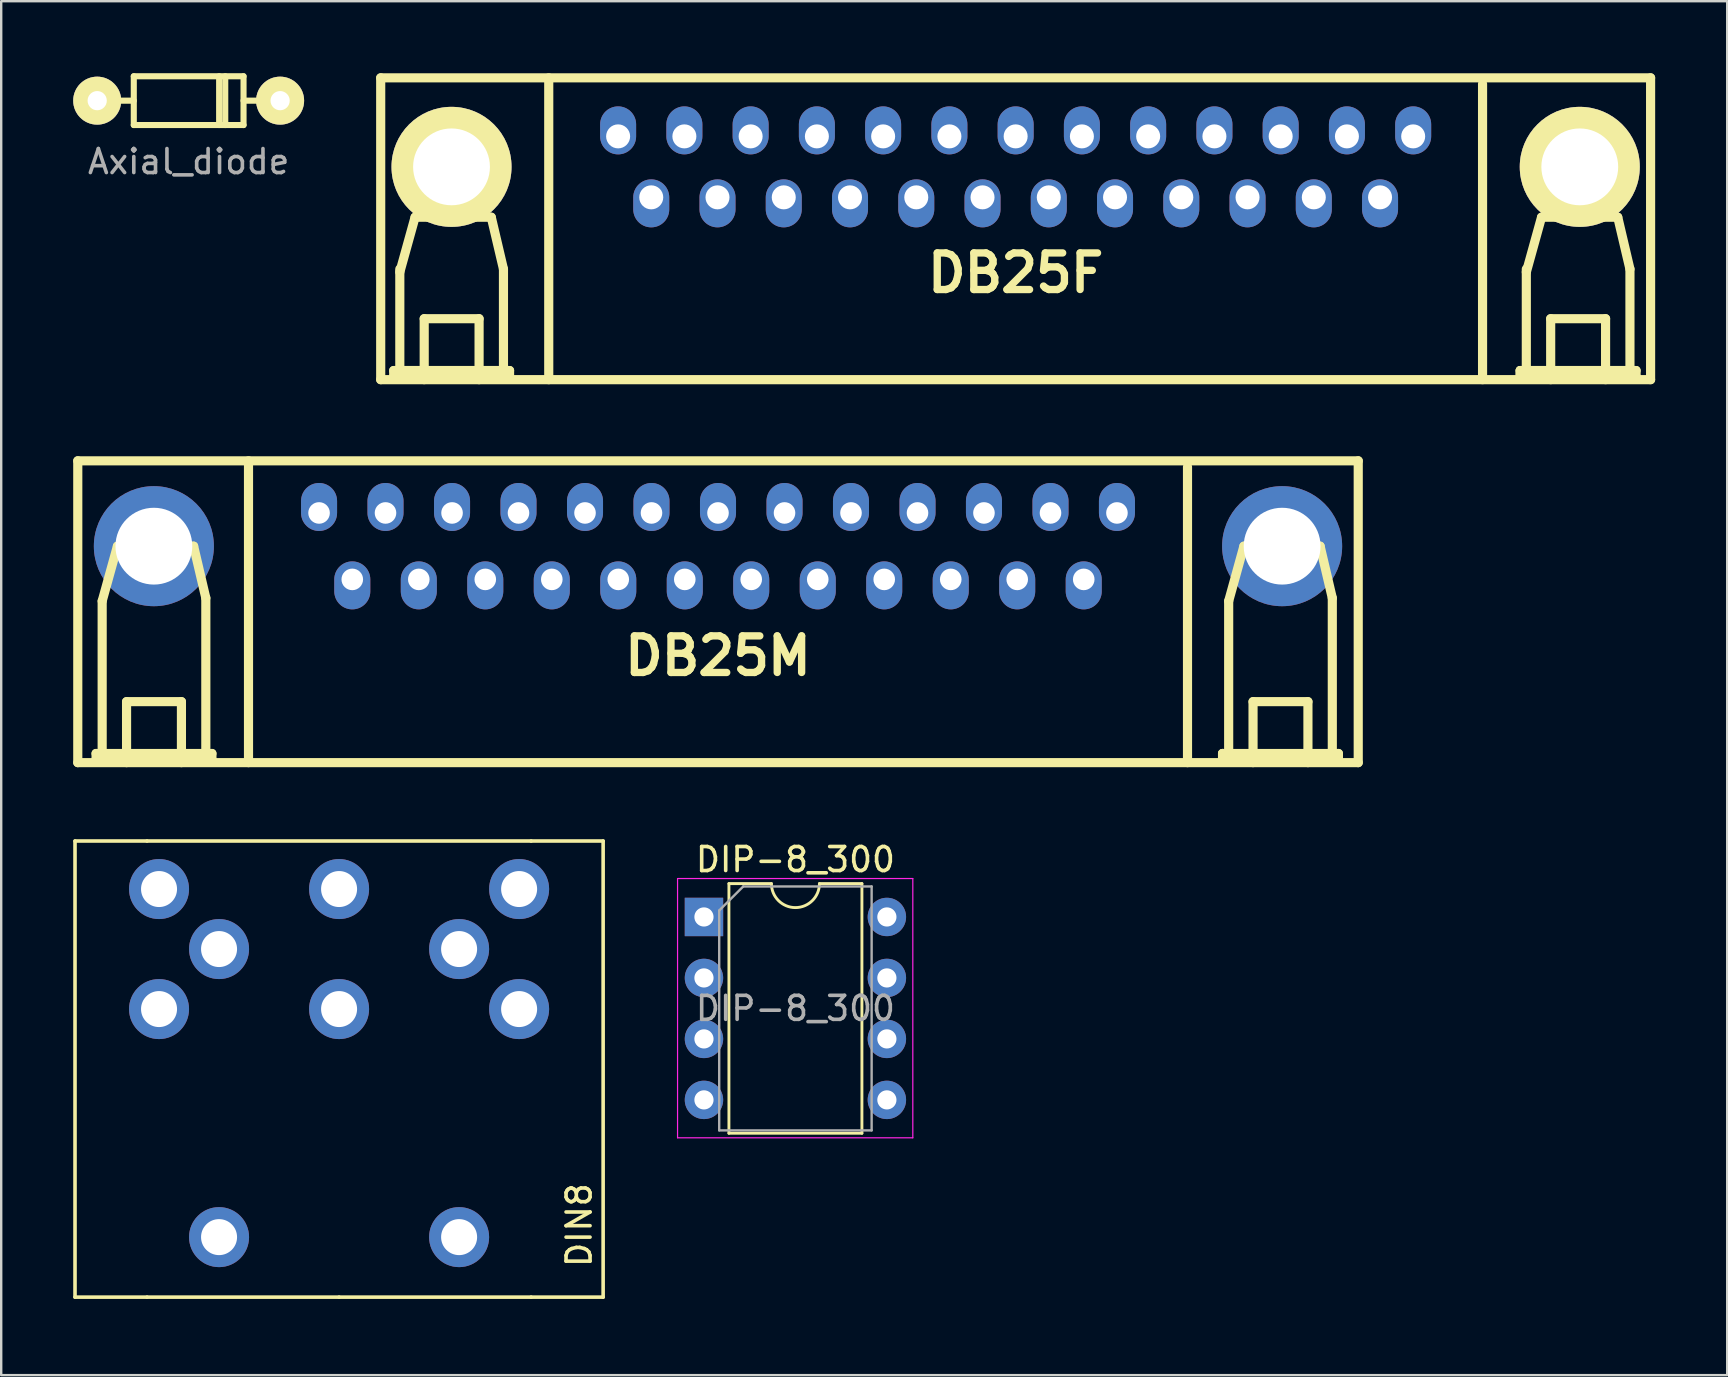
<source format=kicad_pcb>
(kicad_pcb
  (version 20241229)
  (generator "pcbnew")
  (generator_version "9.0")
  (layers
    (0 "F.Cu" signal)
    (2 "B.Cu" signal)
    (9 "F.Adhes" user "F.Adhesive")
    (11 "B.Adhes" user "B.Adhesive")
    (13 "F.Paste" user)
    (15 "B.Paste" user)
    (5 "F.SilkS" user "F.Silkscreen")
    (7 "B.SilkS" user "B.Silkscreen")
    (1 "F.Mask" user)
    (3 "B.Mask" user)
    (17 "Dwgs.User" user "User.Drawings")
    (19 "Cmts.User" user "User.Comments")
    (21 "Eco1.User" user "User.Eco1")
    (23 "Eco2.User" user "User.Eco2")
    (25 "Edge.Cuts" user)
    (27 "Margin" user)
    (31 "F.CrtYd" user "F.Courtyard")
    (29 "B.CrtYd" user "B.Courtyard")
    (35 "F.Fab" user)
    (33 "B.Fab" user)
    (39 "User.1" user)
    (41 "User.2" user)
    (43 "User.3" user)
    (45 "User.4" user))
  (footprint "Axial_diode"
    (layer "F.Cu")
    (at 4.809 1.143)
    (property "Reference" "Axial_diode" (at 0 2.54 0) (layer "F.Fab") (effects (font (size 1 1) (thickness 0.15))))
    (attr through_hole)
    (fp_line (start -2.286 -1.016) (end 2.286 -1.016) (stroke (width 0.254) (type solid)) (layer "F.SilkS"))
    (fp_line (start -2.286 0) (end -3.81 0) (stroke (width 0.254) (type solid)) (layer "F.SilkS"))
    (fp_line (start -2.286 1.016) (end -2.286 -1.016) (stroke (width 0.254) (type solid)) (layer "F.SilkS"))
    (fp_line (start 1.27 -1.016) (end 1.27 1.016) (stroke (width 0.254) (type solid)) (layer "F.SilkS"))
    (fp_line (start 1.524 1.016) (end 1.524 -1.016) (stroke (width 0.254) (type solid)) (layer "F.SilkS"))
    (fp_line (start 2.286 -1.016) (end 2.286 1.016) (stroke (width 0.254) (type solid)) (layer "F.SilkS"))
    (fp_line (start 2.286 1.016) (end -2.286 1.016) (stroke (width 0.254) (type solid)) (layer "F.SilkS"))
    (fp_line (start 3.81 0) (end 2.286 0) (stroke (width 0.254) (type solid)) (layer "F.SilkS"))
    (pad "1" thru_hole circle (at -3.81 0) (size 1.999 1.999) (drill 0.8) (layers "*.Cu" "*.Mask" "F.SilkS"))
    (pad "2" thru_hole circle (at 3.81 0) (size 1.999 1.999) (drill 0.8) (layers "*.Cu" "*.Mask" "F.SilkS")))
  (footprint "DIN8"
    (layer "F.Cu")
    (at 11.075 50.985)
    (property "Reference" "DIN8" (at 10 -3 90) (layer "F.SilkS") (effects (font (size 1 1) (thickness 0.15))))
    (attr through_hole)
    (fp_line (start -11 -19) (end -8 -19) (stroke (width 0.15) (type solid)) (layer "F.SilkS"))
    (fp_line (start -11 0) (end -11 -19) (stroke (width 0.15) (type solid)) (layer "F.SilkS"))
    (fp_line (start -8 0) (end -11 0) (stroke (width 0.15) (type solid)) (layer "F.SilkS"))
    (fp_line (start -8 0) (end 0 0) (stroke (width 0.15) (type solid)) (layer "F.SilkS"))
    (fp_line (start 0 0) (end 8 0) (stroke (width 0.15) (type solid)) (layer "F.SilkS"))
    (fp_line (start 8 -19) (end -8 -19) (stroke (width 0.15) (type solid)) (layer "F.SilkS"))
    (fp_line (start 8 0) (end 11 0) (stroke (width 0.15) (type solid)) (layer "F.SilkS"))
    (fp_line (start 11 -19) (end 8 -19) (stroke (width 0.15) (type solid)) (layer "F.SilkS"))
    (fp_line (start 11 0) (end 11 -19) (stroke (width 0.15) (type solid)) (layer "F.SilkS"))
    (pad "" thru_hole circle (at -5 -2.5) (size 2.5 2.5) (drill 1.5) (layers "*.Cu" "*.Mask"))
    (pad "" thru_hole circle (at 5 -2.5) (size 2.5 2.5) (drill 1.5) (layers "*.Cu" "*.Mask"))
    (pad "1" thru_hole circle (at 7.5 -12) (size 2.5 2.5) (drill 1.5) (layers "*.Cu" "*.Mask"))
    (pad "2" thru_hole circle (at 0 -12) (size 2.5 2.5) (drill 1.5) (layers "*.Cu" "*.Mask"))
    (pad "3" thru_hole circle (at -7.5 -12) (size 2.5 2.5) (drill 1.5) (layers "*.Cu" "*.Mask"))
    (pad "4" thru_hole circle (at 5 -14.5) (size 2.5 2.5) (drill 1.5) (layers "*.Cu" "*.Mask"))
    (pad "5" thru_hole circle (at -5 -14.5) (size 2.5 2.5) (drill 1.5) (layers "*.Cu" "*.Mask"))
    (pad "6" thru_hole circle (at 7.5 -17) (size 2.5 2.5) (drill 1.5) (layers "*.Cu" "*.Mask"))
    (pad "7" thru_hole circle (at -7.5 -17) (size 2.5 2.5) (drill 1.5) (layers "*.Cu" "*.Mask"))
    (pad "8" thru_hole circle (at 0 -17) (size 2.5 2.5) (drill 1.5) (layers "*.Cu" "*.Mask")))
  (footprint "DIP-8_300"
    (layer "F.Cu")
    (at 26.275 35.148)
    (property "Reference" "DIP-8_300" (at 3.81 -2.39 0) (layer "F.SilkS") (effects (font (size 1 1) (thickness 0.15))))
    (attr through_hole)
    (fp_line (start 1.04 -1.39) (end 1.04 9.01) (stroke (width 0.12) (type solid)) (layer "F.SilkS"))
    (fp_line (start 1.04 9.01) (end 6.58 9.01) (stroke (width 0.12) (type solid)) (layer "F.SilkS"))
    (fp_line (start 2.81 -1.39) (end 1.04 -1.39) (stroke (width 0.12) (type solid)) (layer "F.SilkS"))
    (fp_line (start 6.58 -1.39) (end 4.81 -1.39) (stroke (width 0.12) (type solid)) (layer "F.SilkS"))
    (fp_line (start 6.58 9.01) (end 6.58 -1.39) (stroke (width 0.12) (type solid)) (layer "F.SilkS"))
    (fp_arc (start 4.81 -1.39) (mid 3.81 -0.39) (end 2.81 -1.39) (stroke (width 0.12) (type solid)) (layer "F.SilkS"))
    (fp_line (start -1.1 -1.6) (end -1.1 9.2) (stroke (width 0.05) (type solid)) (layer "F.CrtYd"))
    (fp_line (start -1.1 9.2) (end 8.7 9.2) (stroke (width 0.05) (type solid)) (layer "F.CrtYd"))
    (fp_line (start 8.7 -1.6) (end -1.1 -1.6) (stroke (width 0.05) (type solid)) (layer "F.CrtYd"))
    (fp_line (start 8.7 9.2) (end 8.7 -1.6) (stroke (width 0.05) (type solid)) (layer "F.CrtYd"))
    (fp_line (start 0.635 -0.27) (end 1.635 -1.27) (stroke (width 0.1) (type solid)) (layer "F.Fab"))
    (fp_line (start 0.635 8.89) (end 0.635 -0.27) (stroke (width 0.1) (type solid)) (layer "F.Fab"))
    (fp_line (start 1.635 -1.27) (end 6.985 -1.27) (stroke (width 0.1) (type solid)) (layer "F.Fab"))
    (fp_line (start 6.985 -1.27) (end 6.985 8.89) (stroke (width 0.1) (type solid)) (layer "F.Fab"))
    (fp_line (start 6.985 8.89) (end 0.635 8.89) (stroke (width 0.1) (type solid)) (layer "F.Fab"))
    (fp_text user "${REFERENCE}" (at 3.81 3.81 0) (layer "F.Fab") (effects (font (size 1 1) (thickness 0.15))))
    (pad "1" thru_hole rect (at 0 0) (size 1.6 1.6) (drill 0.8) (layers "*.Cu" "*.Mask"))
    (pad "2" thru_hole oval (at 0 2.54) (size 1.6 1.6) (drill 0.8) (layers "*.Cu" "*.Mask"))
    (pad "3" thru_hole oval (at 0 5.08) (size 1.6 1.6) (drill 0.8) (layers "*.Cu" "*.Mask"))
    (pad "4" thru_hole oval (at 0 7.62) (size 1.6 1.6) (drill 0.8) (layers "*.Cu" "*.Mask"))
    (pad "5" thru_hole oval (at 7.62 7.62) (size 1.6 1.6) (drill 0.8) (layers "*.Cu" "*.Mask"))
    (pad "6" thru_hole oval (at 7.62 5.08) (size 1.6 1.6) (drill 0.8) (layers "*.Cu" "*.Mask"))
    (pad "7" thru_hole oval (at 7.62 2.54) (size 1.6 1.6) (drill 0.8) (layers "*.Cu" "*.Mask"))
    (pad "8" thru_hole oval (at 7.62 0) (size 1.6 1.6) (drill 0.8) (layers "*.Cu" "*.Mask")))
  (footprint "DB25M"
    (layer "F.Cu")
    (at 26.86 26.814)
    (property "Reference" "DB25M" (at 0 -2.54 0) (layer "F.SilkS") (effects (font (size 1.524 1.524) (thickness 0.305))))
    (attr through_hole)
    (fp_line (start -26.67 -10.668) (end -26.67 1.905) (stroke (width 0.381) (type solid)) (layer "F.SilkS"))
    (fp_line (start -26.67 1.905) (end 26.67 1.905) (stroke (width 0.381) (type solid)) (layer "F.SilkS"))
    (fp_line (start -25.908 1.524) (end -25.908 1.778) (stroke (width 0.381) (type solid)) (layer "F.SilkS"))
    (fp_line (start -25.908 1.778) (end -21.082 1.778) (stroke (width 0.381) (type solid)) (layer "F.SilkS"))
    (fp_line (start -25.654 -4.826) (end -25.019 -7.112) (stroke (width 0.381) (type solid)) (layer "F.SilkS"))
    (fp_line (start -25.654 1.524) (end -25.654 -4.826) (stroke (width 0.381) (type solid)) (layer "F.SilkS"))
    (fp_line (start -25.019 -7.112) (end -21.844 -7.112) (stroke (width 0.381) (type solid)) (layer "F.SilkS"))
    (fp_line (start -24.638 -0.635) (end -22.352 -0.635) (stroke (width 0.381) (type solid)) (layer "F.SilkS"))
    (fp_line (start -24.638 1.905) (end -24.638 -0.635) (stroke (width 0.381) (type solid)) (layer "F.SilkS"))
    (fp_line (start -22.352 -0.635) (end -22.352 1.905) (stroke (width 0.381) (type solid)) (layer "F.SilkS"))
    (fp_line (start -21.844 -7.112) (end -21.336 -4.953) (stroke (width 0.381) (type solid)) (layer "F.SilkS"))
    (fp_line (start -21.336 -4.953) (end -21.336 1.524) (stroke (width 0.381) (type solid)) (layer "F.SilkS"))
    (fp_line (start -21.082 1.524) (end -25.908 1.524) (stroke (width 0.381) (type solid)) (layer "F.SilkS"))
    (fp_line (start -21.082 1.778) (end -21.082 1.524) (stroke (width 0.381) (type solid)) (layer "F.SilkS"))
    (fp_line (start -19.558 1.905) (end -19.558 -10.668) (stroke (width 0.381) (type solid)) (layer "F.SilkS"))
    (fp_line (start 19.558 1.905) (end 19.558 -10.414) (stroke (width 0.381) (type solid)) (layer "F.SilkS"))
    (fp_line (start 21.018 1.524) (end 21.018 1.778) (stroke (width 0.381) (type solid)) (layer "F.SilkS"))
    (fp_line (start 21.018 1.524) (end 21.018 1.778) (stroke (width 0.381) (type solid)) (layer "F.SilkS"))
    (fp_line (start 21.018 1.778) (end 25.845 1.778) (stroke (width 0.381) (type solid)) (layer "F.SilkS"))
    (fp_line (start 21.273 -4.826) (end 21.907 -7.112) (stroke (width 0.381) (type solid)) (layer "F.SilkS"))
    (fp_line (start 21.273 1.524) (end 21.273 -4.826) (stroke (width 0.381) (type solid)) (layer "F.SilkS"))
    (fp_line (start 21.907 -7.112) (end 25.082 -7.112) (stroke (width 0.381) (type solid)) (layer "F.SilkS"))
    (fp_line (start 22.288 -0.635) (end 24.575 -0.635) (stroke (width 0.381) (type solid)) (layer "F.SilkS"))
    (fp_line (start 22.288 1.905) (end 22.288 -0.635) (stroke (width 0.381) (type solid)) (layer "F.SilkS"))
    (fp_line (start 24.575 -0.635) (end 24.575 1.905) (stroke (width 0.381) (type solid)) (layer "F.SilkS"))
    (fp_line (start 25.082 -7.112) (end 25.59 -4.953) (stroke (width 0.381) (type solid)) (layer "F.SilkS"))
    (fp_line (start 25.59 -4.953) (end 25.59 1.524) (stroke (width 0.381) (type solid)) (layer "F.SilkS"))
    (fp_line (start 25.845 1.524) (end 21.018 1.524) (stroke (width 0.381) (type solid)) (layer "F.SilkS"))
    (fp_line (start 25.845 1.778) (end 25.845 1.524) (stroke (width 0.381) (type solid)) (layer "F.SilkS"))
    (fp_line (start 26.67 -10.668) (end -26.67 -10.668) (stroke (width 0.381) (type solid)) (layer "F.SilkS"))
    (fp_line (start 26.67 -10.668) (end 26.67 1.905) (stroke (width 0.381) (type solid)) (layer "F.SilkS"))
    (pad "" thru_hole circle (at -23.5 -7.112) (size 5.001 5.001) (drill 3.2) (layers "*.Cu" "*.Mask"))
    (pad "" thru_hole circle (at 23.5 -7.112) (size 5.001 5.001) (drill 3.2) (layers "*.Cu" "*.Mask"))
    (pad "1" thru_hole oval (at -16.619 -8.496) (size 1.501 1.999) (drill 0.899 (offset 0 -0.249)) (layers "*.Cu" "*.Mask"))
    (pad "2" thru_hole oval (at -13.851 -8.496) (size 1.501 1.999) (drill 0.899 (offset 0 -0.249)) (layers "*.Cu" "*.Mask"))
    (pad "3" thru_hole oval (at -11.079 -8.496) (size 1.501 1.999) (drill 0.899 (offset 0 -0.249)) (layers "*.Cu" "*.Mask"))
    (pad "4" thru_hole oval (at -8.311 -8.496) (size 1.501 1.999) (drill 0.899 (offset 0 -0.249)) (layers "*.Cu" "*.Mask"))
    (pad "5" thru_hole oval (at -5.54 -8.496) (size 1.501 1.999) (drill 0.899 (offset 0 -0.249)) (layers "*.Cu" "*.Mask"))
    (pad "6" thru_hole oval (at -2.771 -8.496) (size 1.501 1.999) (drill 0.899 (offset 0 -0.249)) (layers "*.Cu" "*.Mask"))
    (pad "7" thru_hole oval (at 0 -8.496) (size 1.501 1.999) (drill 0.899 (offset 0 -0.249)) (layers "*.Cu" "*.Mask"))
    (pad "8" thru_hole oval (at 2.771 -8.496) (size 1.501 1.999) (drill 0.899 (offset 0 -0.249)) (layers "*.Cu" "*.Mask"))
    (pad "9" thru_hole oval (at 5.54 -8.496) (size 1.501 1.999) (drill 0.899 (offset 0 -0.249)) (layers "*.Cu" "*.Mask"))
    (pad "10" thru_hole oval (at 8.311 -8.496) (size 1.501 1.999) (drill 0.899 (offset 0 -0.249)) (layers "*.Cu" "*.Mask"))
    (pad "11" thru_hole oval (at 11.079 -8.496) (size 1.501 1.999) (drill 0.899 (offset 0 -0.249)) (layers "*.Cu" "*.Mask"))
    (pad "12" thru_hole oval (at 13.851 -8.496) (size 1.501 1.999) (drill 0.899 (offset 0 -0.249)) (layers "*.Cu" "*.Mask"))
    (pad "13" thru_hole oval (at 16.619 -8.496) (size 1.501 1.999) (drill 0.899 (offset 0 -0.249)) (layers "*.Cu" "*.Mask"))
    (pad "14" thru_hole oval (at -15.235 -5.728) (size 1.501 1.999) (drill 0.899 (offset 0 0.249)) (layers "*.Cu" "*.Mask"))
    (pad "15" thru_hole oval (at -12.464 -5.728) (size 1.501 1.999) (drill 0.899 (offset 0 0.249)) (layers "*.Cu" "*.Mask"))
    (pad "16" thru_hole oval (at -9.695 -5.728) (size 1.501 1.999) (drill 0.899 (offset 0 0.249)) (layers "*.Cu" "*.Mask"))
    (pad "17" thru_hole oval (at -6.924 -5.728) (size 1.501 1.999) (drill 0.899 (offset 0 0.249)) (layers "*.Cu" "*.Mask"))
    (pad "18" thru_hole oval (at -4.155 -5.728) (size 1.501 1.999) (drill 0.899 (offset 0 0.249)) (layers "*.Cu" "*.Mask"))
    (pad "19" thru_hole oval (at -1.384 -5.728) (size 1.501 1.999) (drill 0.899 (offset 0 0.249)) (layers "*.Cu" "*.Mask"))
    (pad "20" thru_hole oval (at 1.384 -5.728) (size 1.501 1.999) (drill 0.899 (offset 0 0.249)) (layers "*.Cu" "*.Mask"))
    (pad "21" thru_hole oval (at 4.155 -5.728) (size 1.501 1.999) (drill 0.899 (offset 0 0.249)) (layers "*.Cu" "*.Mask"))
    (pad "22" thru_hole oval (at 6.924 -5.728) (size 1.501 1.999) (drill 0.899 (offset 0 0.249)) (layers "*.Cu" "*.Mask"))
    (pad "23" thru_hole oval (at 9.695 -5.728) (size 1.501 1.999) (drill 0.899 (offset 0 0.249)) (layers "*.Cu" "*.Mask"))
    (pad "24" thru_hole oval (at 12.464 -5.728) (size 1.501 1.999) (drill 0.899 (offset 0 0.249)) (layers "*.Cu" "*.Mask"))
    (pad "25" thru_hole oval (at 15.235 -5.728) (size 1.501 1.999) (drill 0.899 (offset 0 0.249)) (layers "*.Cu" "*.Mask")))
  (footprint "DB25F"
    (layer "F.Cu")
    (at 39.259 10.861)
    (property "Reference" "DB25F" (at 0 -2.54 0) (layer "F.SilkS") (effects (font (size 1.524 1.524) (thickness 0.305))))
    (attr through_hole)
    (fp_line (start -26.45 -10.67) (end -26.45 1.905) (stroke (width 0.381) (type solid)) (layer "F.SilkS"))
    (fp_line (start -26.45 1.905) (end 26.45 1.905) (stroke (width 0.381) (type solid)) (layer "F.SilkS"))
    (fp_line (start -25.908 1.524) (end -25.908 1.778) (stroke (width 0.381) (type solid)) (layer "F.SilkS"))
    (fp_line (start -25.908 1.778) (end -21.082 1.778) (stroke (width 0.381) (type solid)) (layer "F.SilkS"))
    (fp_line (start -25.654 -2.576) (end -25.019 -4.862) (stroke (width 0.381) (type solid)) (layer "F.SilkS"))
    (fp_line (start -25.654 1.524) (end -25.654 -2.703) (stroke (width 0.381) (type solid)) (layer "F.SilkS"))
    (fp_line (start -25.019 -4.862) (end -21.844 -4.862) (stroke (width 0.381) (type solid)) (layer "F.SilkS"))
    (fp_line (start -24.638 -0.635) (end -22.352 -0.635) (stroke (width 0.381) (type solid)) (layer "F.SilkS"))
    (fp_line (start -24.638 1.905) (end -24.638 -0.635) (stroke (width 0.381) (type solid)) (layer "F.SilkS"))
    (fp_line (start -22.352 -0.635) (end -22.352 1.905) (stroke (width 0.381) (type solid)) (layer "F.SilkS"))
    (fp_line (start -21.844 -4.862) (end -21.336 -2.703) (stroke (width 0.381) (type solid)) (layer "F.SilkS"))
    (fp_line (start -21.336 -2.703) (end -21.336 1.524) (stroke (width 0.381) (type solid)) (layer "F.SilkS"))
    (fp_line (start -21.082 1.524) (end -25.908 1.524) (stroke (width 0.381) (type solid)) (layer "F.SilkS"))
    (fp_line (start -21.082 1.778) (end -21.082 1.524) (stroke (width 0.381) (type solid)) (layer "F.SilkS"))
    (fp_line (start -19.45 1.905) (end -19.45 -10.668) (stroke (width 0.381) (type solid)) (layer "F.SilkS"))
    (fp_line (start 19.45 1.905) (end 19.45 -10.414) (stroke (width 0.381) (type solid)) (layer "F.SilkS"))
    (fp_line (start 21.018 1.524) (end 21.018 1.778) (stroke (width 0.381) (type solid)) (layer "F.SilkS"))
    (fp_line (start 21.018 1.524) (end 21.018 1.778) (stroke (width 0.381) (type solid)) (layer "F.SilkS"))
    (fp_line (start 21.018 1.778) (end 25.845 1.778) (stroke (width 0.381) (type solid)) (layer "F.SilkS"))
    (fp_line (start 21.273 -2.576) (end 21.907 -4.862) (stroke (width 0.381) (type solid)) (layer "F.SilkS"))
    (fp_line (start 21.273 1.524) (end 21.273 -2.703) (stroke (width 0.381) (type solid)) (layer "F.SilkS"))
    (fp_line (start 21.907 -4.862) (end 25.082 -4.862) (stroke (width 0.381) (type solid)) (layer "F.SilkS"))
    (fp_line (start 22.288 -0.635) (end 24.575 -0.635) (stroke (width 0.381) (type solid)) (layer "F.SilkS"))
    (fp_line (start 22.288 1.905) (end 22.288 -0.635) (stroke (width 0.381) (type solid)) (layer "F.SilkS"))
    (fp_line (start 24.575 -0.635) (end 24.575 1.905) (stroke (width 0.381) (type solid)) (layer "F.SilkS"))
    (fp_line (start 25.082 -4.862) (end 25.59 -2.703) (stroke (width 0.381) (type solid)) (layer "F.SilkS"))
    (fp_line (start 25.59 -2.703) (end 25.59 1.524) (stroke (width 0.381) (type solid)) (layer "F.SilkS"))
    (fp_line (start 25.845 1.524) (end 21.018 1.524) (stroke (width 0.381) (type solid)) (layer "F.SilkS"))
    (fp_line (start 25.845 1.778) (end 25.845 1.524) (stroke (width 0.381) (type solid)) (layer "F.SilkS"))
    (fp_line (start 26.45 -10.67) (end 26.45 1.905) (stroke (width 0.381) (type solid)) (layer "F.SilkS"))
    (fp_line (start 26.45 -10.668) (end -26.45 -10.668) (stroke (width 0.381) (type solid)) (layer "F.SilkS"))
    (pad "" thru_hole circle (at -23.5 -6.96) (size 5 5) (drill 3.2) (layers "*.Cu" "*.Mask" "F.SilkS"))
    (pad "" thru_hole circle (at 23.5 -6.96) (size 5 5) (drill 3.2) (layers "*.Cu" "*.Mask" "F.SilkS"))
    (pad "1" thru_hole oval (at 16.56 -8.23) (size 1.5 2) (drill 1 (offset 0 -0.25)) (layers "*.Cu" "*.Mask"))
    (pad "2" thru_hole oval (at 13.8 -8.23) (size 1.5 2) (drill 1 (offset 0 -0.25)) (layers "*.Cu" "*.Mask"))
    (pad "3" thru_hole oval (at 11.04 -8.23) (size 1.5 2) (drill 1 (offset 0 -0.25)) (layers "*.Cu" "*.Mask"))
    (pad "4" thru_hole oval (at 8.28 -8.23) (size 1.5 2) (drill 1 (offset 0 -0.25)) (layers "*.Cu" "*.Mask"))
    (pad "5" thru_hole oval (at 5.52 -8.23) (size 1.5 2) (drill 1 (offset 0 -0.25)) (layers "*.Cu" "*.Mask"))
    (pad "6" thru_hole oval (at 2.76 -8.23) (size 1.5 2) (drill 1 (offset 0 -0.25)) (layers "*.Cu" "*.Mask"))
    (pad "7" thru_hole oval (at 0 -8.23) (size 1.5 2) (drill 1 (offset 0 -0.25)) (layers "*.Cu" "*.Mask"))
    (pad "8" thru_hole oval (at -2.76 -8.23) (size 1.5 2) (drill 1 (offset 0 -0.25)) (layers "*.Cu" "*.Mask"))
    (pad "9" thru_hole oval (at -5.52 -8.23) (size 1.5 2) (drill 1 (offset 0 -0.25)) (layers "*.Cu" "*.Mask"))
    (pad "10" thru_hole oval (at -8.28 -8.23) (size 1.5 2) (drill 1 (offset 0 -0.25)) (layers "*.Cu" "*.Mask"))
    (pad "11" thru_hole oval (at -11.04 -8.23) (size 1.5 2) (drill 1 (offset 0 -0.25)) (layers "*.Cu" "*.Mask"))
    (pad "12" thru_hole oval (at -13.8 -8.23) (size 1.5 2) (drill 1 (offset 0 -0.25)) (layers "*.Cu" "*.Mask"))
    (pad "13" thru_hole oval (at -16.56 -8.23) (size 1.5 2) (drill 1 (offset 0 -0.25)) (layers "*.Cu" "*.Mask"))
    (pad "14" thru_hole oval (at 15.18 -5.69) (size 1.5 2) (drill 1 (offset 0 0.25)) (layers "*.Cu" "*.Mask"))
    (pad "15" thru_hole oval (at 12.42 -5.69) (size 1.5 2) (drill 1 (offset 0 0.25)) (layers "*.Cu" "*.Mask"))
    (pad "16" thru_hole oval (at 9.66 -5.69) (size 1.5 2) (drill 1 (offset 0 0.25)) (layers "*.Cu" "*.Mask"))
    (pad "17" thru_hole oval (at 6.9 -5.69) (size 1.5 2) (drill 1 (offset 0 0.25)) (layers "*.Cu" "*.Mask"))
    (pad "18" thru_hole oval (at 4.14 -5.69) (size 1.5 2) (drill 1 (offset 0 0.25)) (layers "*.Cu" "*.Mask"))
    (pad "19" thru_hole oval (at 1.38 -5.69) (size 1.5 2) (drill 1 (offset 0 0.25)) (layers "*.Cu" "*.Mask"))
    (pad "20" thru_hole oval (at -1.38 -5.69) (size 1.5 2) (drill 1 (offset 0 0.25)) (layers "*.Cu" "*.Mask"))
    (pad "21" thru_hole oval (at -4.14 -5.69) (size 1.5 2) (drill 1 (offset 0 0.25)) (layers "*.Cu" "*.Mask"))
    (pad "22" thru_hole oval (at -6.9 -5.69) (size 1.5 2) (drill 1 (offset 0 0.25)) (layers "*.Cu" "*.Mask"))
    (pad "23" thru_hole oval (at -9.66 -5.69) (size 1.5 2) (drill 1 (offset 0 0.25)) (layers "*.Cu" "*.Mask"))
    (pad "24" thru_hole oval (at -12.42 -5.69) (size 1.5 2) (drill 1 (offset 0 0.25)) (layers "*.Cu" "*.Mask"))
    (pad "25" thru_hole oval (at -15.18 -5.69) (size 1.5 2) (drill 1 (offset 0 0.25)) (layers "*.Cu" "*.Mask")))
  (gr_rect
    (start -3 -3)
    (end 68.9 54.235)
    (stroke (width 0.1) (type default))
    (fill no)
    (layer "Edge.Cuts")))
</source>
